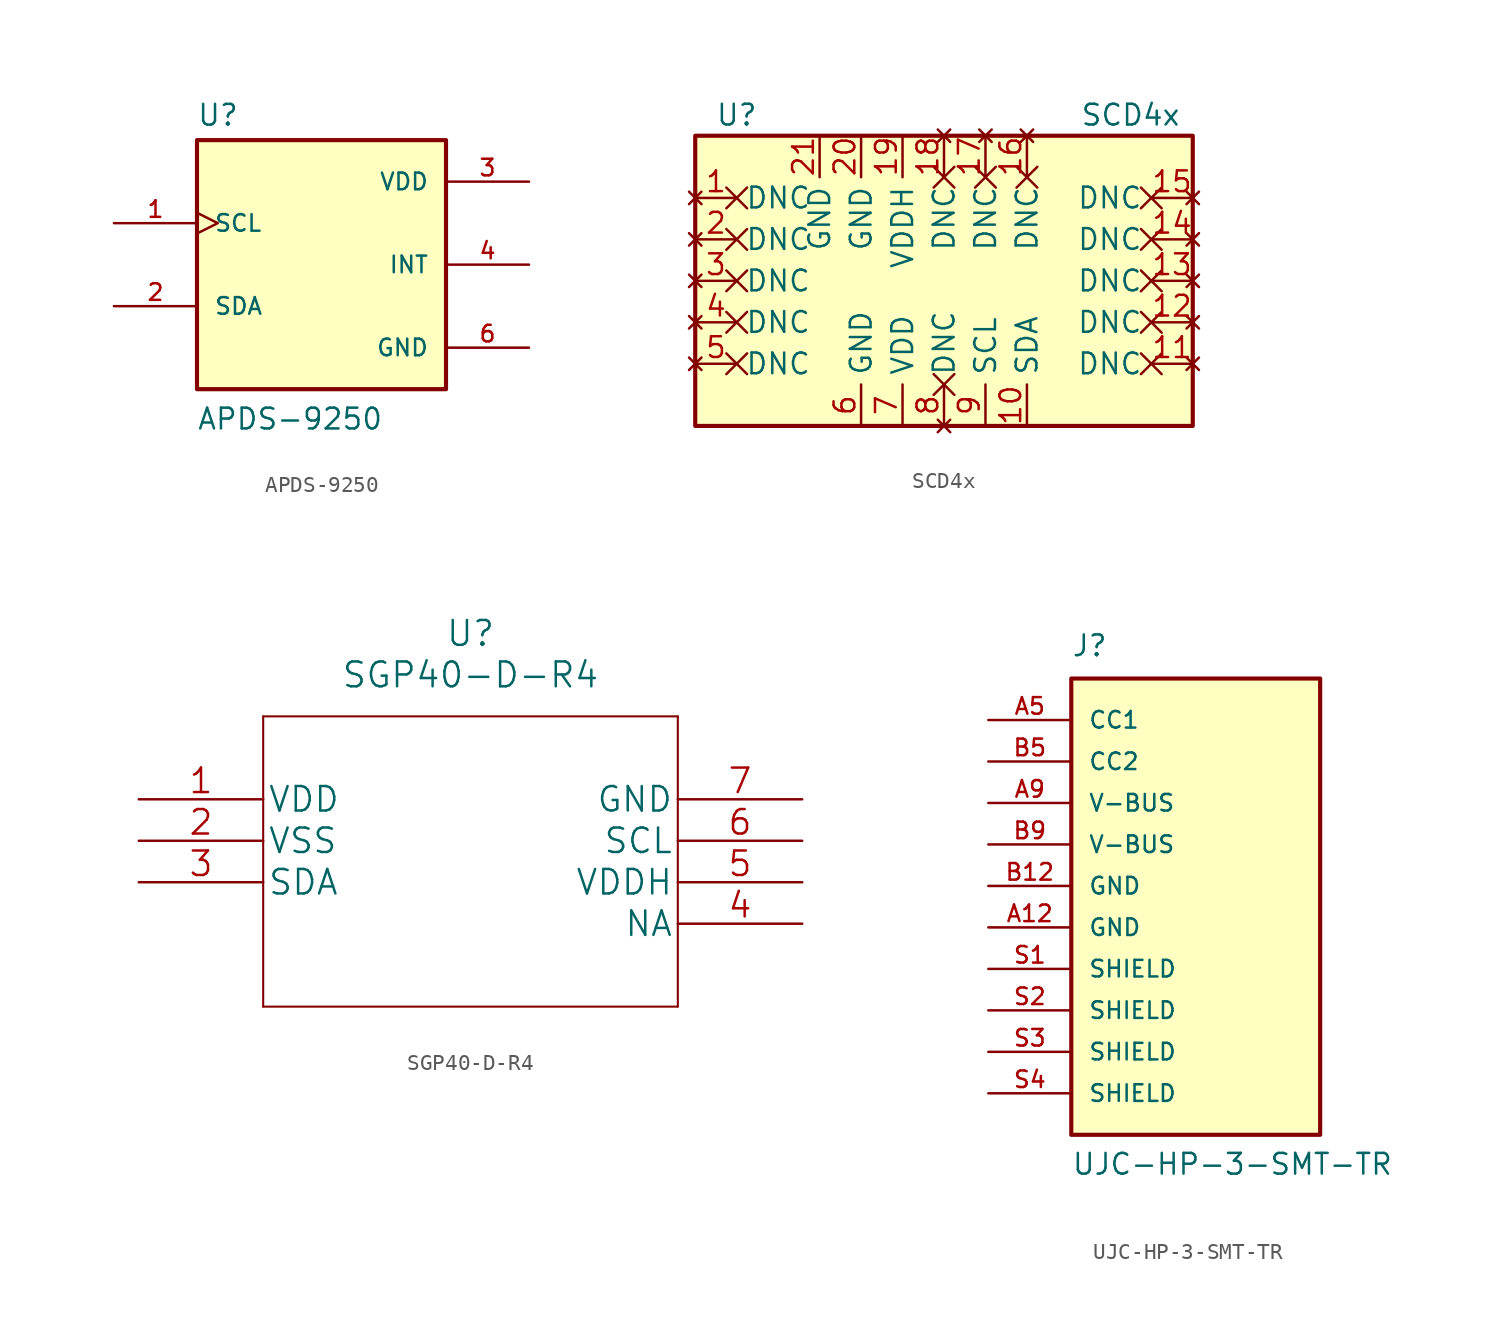
<source format=kicad_sym>
(kicad_symbol_lib
  (version 20210619)
  (generator kicad_symbol_editor)
  (symbol "CM4IO:APDS-9250"
    (pin_names
      (offset 1.016))
    (property "Reference" "U"
      (at -7.645 8.407 0)
      (effects (font (size 1.27 1.27)) (justify left bottom)))
    (property "Value" "APDS-9250"
      (at -7.645 -10.185 0)
      (effects (font (size 1.27 1.27)) (justify left bottom)))
    (property "ki_locked" ""
      (at 0 0 0)
      (effects (font (size 1.27 1.27))))
    (symbol "APDS-9250_0_0"
      (rectangle (start -7.62 -7.62) (end 7.62 7.62) (stroke (width 0.254)) (fill (type background)))
      (pin input clock (at -12.7 2.54 0) (length 5.08) (name "SCL" (effects (font (size 1.016 1.016)))) (number "1" (effects (font (size 1.016 1.016)))))
      (pin bidirectional line (at -12.7 -2.54 0) (length 5.08) (name "SDA" (effects (font (size 1.016 1.016)))) (number "2" (effects (font (size 1.016 1.016)))))
      (pin power_in line (at 12.7 5.08 180) (length 5.08) (name "VDD" (effects (font (size 1.016 1.016)))) (number "3" (effects (font (size 1.016 1.016)))))
      (pin output line (at 12.7 0 180) (length 5.08) (name "INT" (effects (font (size 1.016 1.016)))) (number "4" (effects (font (size 1.016 1.016)))))
      (pin power_in line (at 12.7 -5.08 180) (length 5.08) (name "GND" (effects (font (size 1.016 1.016)))) (number "6" (effects (font (size 1.016 1.016)))))))
  (symbol "CM4IO:SCD4x"
    (property "Reference" "U"
      (at -12.7 10.16 0)
      (effects (font (size 1.27 1.27))))
    (property "Value" "SCD4x"
      (at 11.43 10.16 0)
      (effects (font (size 1.27 1.27))))
    (symbol "SCD4x_0_1"
      (rectangle (start -15.24 8.89) (end 15.24 -8.89) (stroke (width 0.254)) (fill (type background))))
    (symbol "SCD4x_1_1"
      (pin no_connect non_logic (at -15.24 5.08 0) (length 2.54) (name "DNC" (effects (font (size 1.27 1.27)))) (number "1" (effects (font (size 1.27 1.27)))))
      (pin bidirectional line (at 5.08 -8.89 90) (length 2.54) (name "SDA" (effects (font (size 1.27 1.27)))) (number "10" (effects (font (size 1.27 1.27)))))
      (pin no_connect non_logic (at 15.24 -5.08 180) (length 2.54) (name "DNC" (effects (font (size 1.27 1.27)))) (number "11" (effects (font (size 1.27 1.27)))))
      (pin no_connect non_logic (at 15.24 -2.54 180) (length 2.54) (name "DNC" (effects (font (size 1.27 1.27)))) (number "12" (effects (font (size 1.27 1.27)))))
      (pin no_connect non_logic (at 15.24 0 180) (length 2.54) (name "DNC" (effects (font (size 1.27 1.27)))) (number "13" (effects (font (size 1.27 1.27)))))
      (pin no_connect non_logic (at 15.24 2.54 180) (length 2.54) (name "DNC" (effects (font (size 1.27 1.27)))) (number "14" (effects (font (size 1.27 1.27)))))
      (pin no_connect non_logic (at 15.24 5.08 180) (length 2.54) (name "DNC" (effects (font (size 1.27 1.27)))) (number "15" (effects (font (size 1.27 1.27)))))
      (pin no_connect non_logic (at 5.08 8.89 270) (length 2.54) (name "DNC" (effects (font (size 1.27 1.27)))) (number "16" (effects (font (size 1.27 1.27)))))
      (pin no_connect non_logic (at 2.54 8.89 270) (length 2.54) (name "DNC" (effects (font (size 1.27 1.27)))) (number "17" (effects (font (size 1.27 1.27)))))
      (pin no_connect non_logic (at 0 8.89 270) (length 2.54) (name "DNC" (effects (font (size 1.27 1.27)))) (number "18" (effects (font (size 1.27 1.27)))))
      (pin power_in line (at -2.54 8.89 270) (length 2.54) (name "VDDH" (effects (font (size 1.27 1.27)))) (number "19" (effects (font (size 1.27 1.27)))))
      (pin no_connect non_logic (at -15.24 2.54 0) (length 2.54) (name "DNC" (effects (font (size 1.27 1.27)))) (number "2" (effects (font (size 1.27 1.27)))))
      (pin power_in line (at -5.08 8.89 270) (length 2.54) (name "GND" (effects (font (size 1.27 1.27)))) (number "20" (effects (font (size 1.27 1.27)))))
      (pin power_in line (at -7.62 8.89 270) (length 2.54) (name "GND" (effects (font (size 1.27 1.27)))) (number "21" (effects (font (size 1.27 1.27)))))
      (pin no_connect non_logic (at -15.24 0 0) (length 2.54) (name "DNC" (effects (font (size 1.27 1.27)))) (number "3" (effects (font (size 1.27 1.27)))))
      (pin no_connect non_logic (at -15.24 -2.54 0) (length 2.54) (name "DNC" (effects (font (size 1.27 1.27)))) (number "4" (effects (font (size 1.27 1.27)))))
      (pin no_connect non_logic (at -15.24 -5.08 0) (length 2.54) (name "DNC" (effects (font (size 1.27 1.27)))) (number "5" (effects (font (size 1.27 1.27)))))
      (pin power_in line (at -5.08 -8.89 90) (length 2.54) (name "GND" (effects (font (size 1.27 1.27)))) (number "6" (effects (font (size 1.27 1.27)))))
      (pin power_in line (at -2.54 -8.89 90) (length 2.54) (name "VDD" (effects (font (size 1.27 1.27)))) (number "7" (effects (font (size 1.27 1.27)))))
      (pin no_connect non_logic (at 0 -8.89 90) (length 2.54) (name "DNC" (effects (font (size 1.27 1.27)))) (number "8" (effects (font (size 1.27 1.27)))))
      (pin input line (at 2.54 -8.89 90) (length 2.54) (name "SCL" (effects (font (size 1.27 1.27)))) (number "9" (effects (font (size 1.27 1.27)))))))
  (symbol "CM4IO:SGP40-D-R4"
    (pin_names
      (offset 0.254))
    (property "Reference" "U"
      (at 20.32 10.16 0)
      (effects (font (size 1.524 1.524))))
    (property "Value" "SGP40-D-R4"
      (at 20.32 7.62 0)
      (effects (font (size 1.524 1.524))))
    (property "Datasheet" ""
      (at 0 0 0)
      (effects (font (size 1.524 1.524))))
    (property "ki_locked" ""
      (at 0 0 0)
      (effects (font (size 1.27 1.27))))
    (symbol "SGP40-D-R4_1_1"
      (polyline (pts (xy 7.62 -12.7) (xy 33.02 -12.7)) (stroke (width 0.127)) (fill (type none)))
      (polyline (pts (xy 7.62 5.08) (xy 7.62 -12.7)) (stroke (width 0.127)) (fill (type none)))
      (polyline (pts (xy 33.02 -12.7) (xy 33.02 5.08)) (stroke (width 0.127)) (fill (type none)))
      (polyline (pts (xy 33.02 5.08) (xy 7.62 5.08)) (stroke (width 0.127)) (fill (type none)))
      (pin power_in line (at 0 0 0) (length 7.62) (name "VDD" (effects (font (size 1.499 1.499)))) (number "1" (effects (font (size 1.499 1.499)))))
      (pin power_in line (at 0 -2.54 0) (length 7.62) (name "VSS" (effects (font (size 1.499 1.499)))) (number "2" (effects (font (size 1.499 1.499)))))
      (pin bidirectional line (at 0 -5.08 0) (length 7.62) (name "SDA" (effects (font (size 1.499 1.499)))) (number "3" (effects (font (size 1.499 1.499)))))
      (pin power_in line (at 40.64 -7.62 180) (length 7.62) (name "NA" (effects (font (size 1.499 1.499)))) (number "4" (effects (font (size 1.499 1.499)))))
      (pin power_in line (at 40.64 -5.08 180) (length 7.62) (name "VDDH" (effects (font (size 1.499 1.499)))) (number "5" (effects (font (size 1.499 1.499)))))
      (pin bidirectional line (at 40.64 -2.54 180) (length 7.62) (name "SCL" (effects (font (size 1.499 1.499)))) (number "6" (effects (font (size 1.499 1.499)))))
      (pin power_in line (at 40.64 0 180) (length 7.62) (name "GND" (effects (font (size 1.499 1.499)))) (number "7" (effects (font (size 1.499 1.499)))))))
  (symbol "CM4IO:UJC-HP-3-SMT-TR"
    (pin_names
      (offset 1.016))
    (property "Reference" "J"
      (at -7.62 11.43 0)
      (effects (font (size 1.27 1.27)) (justify left bottom)))
    (property "Value" "UJC-HP-3-SMT-TR"
      (at -7.62 -20.32 0)
      (effects (font (size 1.27 1.27)) (justify left bottom)))
    (property "ki_locked" ""
      (at 0 0 0)
      (effects (font (size 1.27 1.27))))
    (symbol "UJC-HP-3-SMT-TR_0_0"
      (rectangle (start -7.62 10.16) (end 7.62 -17.78) (stroke (width 0.254)) (fill (type background)))
      (pin power_in line (at -12.7 -5.08 0) (length 5.08) (name "GND" (effects (font (size 1.016 1.016)))) (number "A12" (effects (font (size 1.016 1.016)))))
      (pin bidirectional line (at -12.7 7.62 0) (length 5.08) (name "CC1" (effects (font (size 1.016 1.016)))) (number "A5" (effects (font (size 1.016 1.016)))))
      (pin power_in line (at -12.7 2.54 0) (length 5.08) (name "V-BUS" (effects (font (size 1.016 1.016)))) (number "A9" (effects (font (size 1.016 1.016)))))
      (pin power_in line (at -12.7 -2.54 0) (length 5.08) (name "GND" (effects (font (size 1.016 1.016)))) (number "B12" (effects (font (size 1.016 1.016)))))
      (pin bidirectional line (at -12.7 5.08 0) (length 5.08) (name "CC2" (effects (font (size 1.016 1.016)))) (number "B5" (effects (font (size 1.016 1.016)))))
      (pin power_in line (at -12.7 0 0) (length 5.08) (name "V-BUS" (effects (font (size 1.016 1.016)))) (number "B9" (effects (font (size 1.016 1.016)))))
      (pin passive line (at -12.7 -7.62 0) (length 5.08) (name "SHIELD" (effects (font (size 1.016 1.016)))) (number "S1" (effects (font (size 1.016 1.016)))))
      (pin passive line (at -12.7 -10.16 0) (length 5.08) (name "SHIELD" (effects (font (size 1.016 1.016)))) (number "S2" (effects (font (size 1.016 1.016)))))
      (pin passive line (at -12.7 -12.7 0) (length 5.08) (name "SHIELD" (effects (font (size 1.016 1.016)))) (number "S3" (effects (font (size 1.016 1.016)))))
      (pin passive line (at -12.7 -15.24 0) (length 5.08) (name "SHIELD" (effects (font (size 1.016 1.016)))) (number "S4" (effects (font (size 1.016 1.016))))))))
</source>
